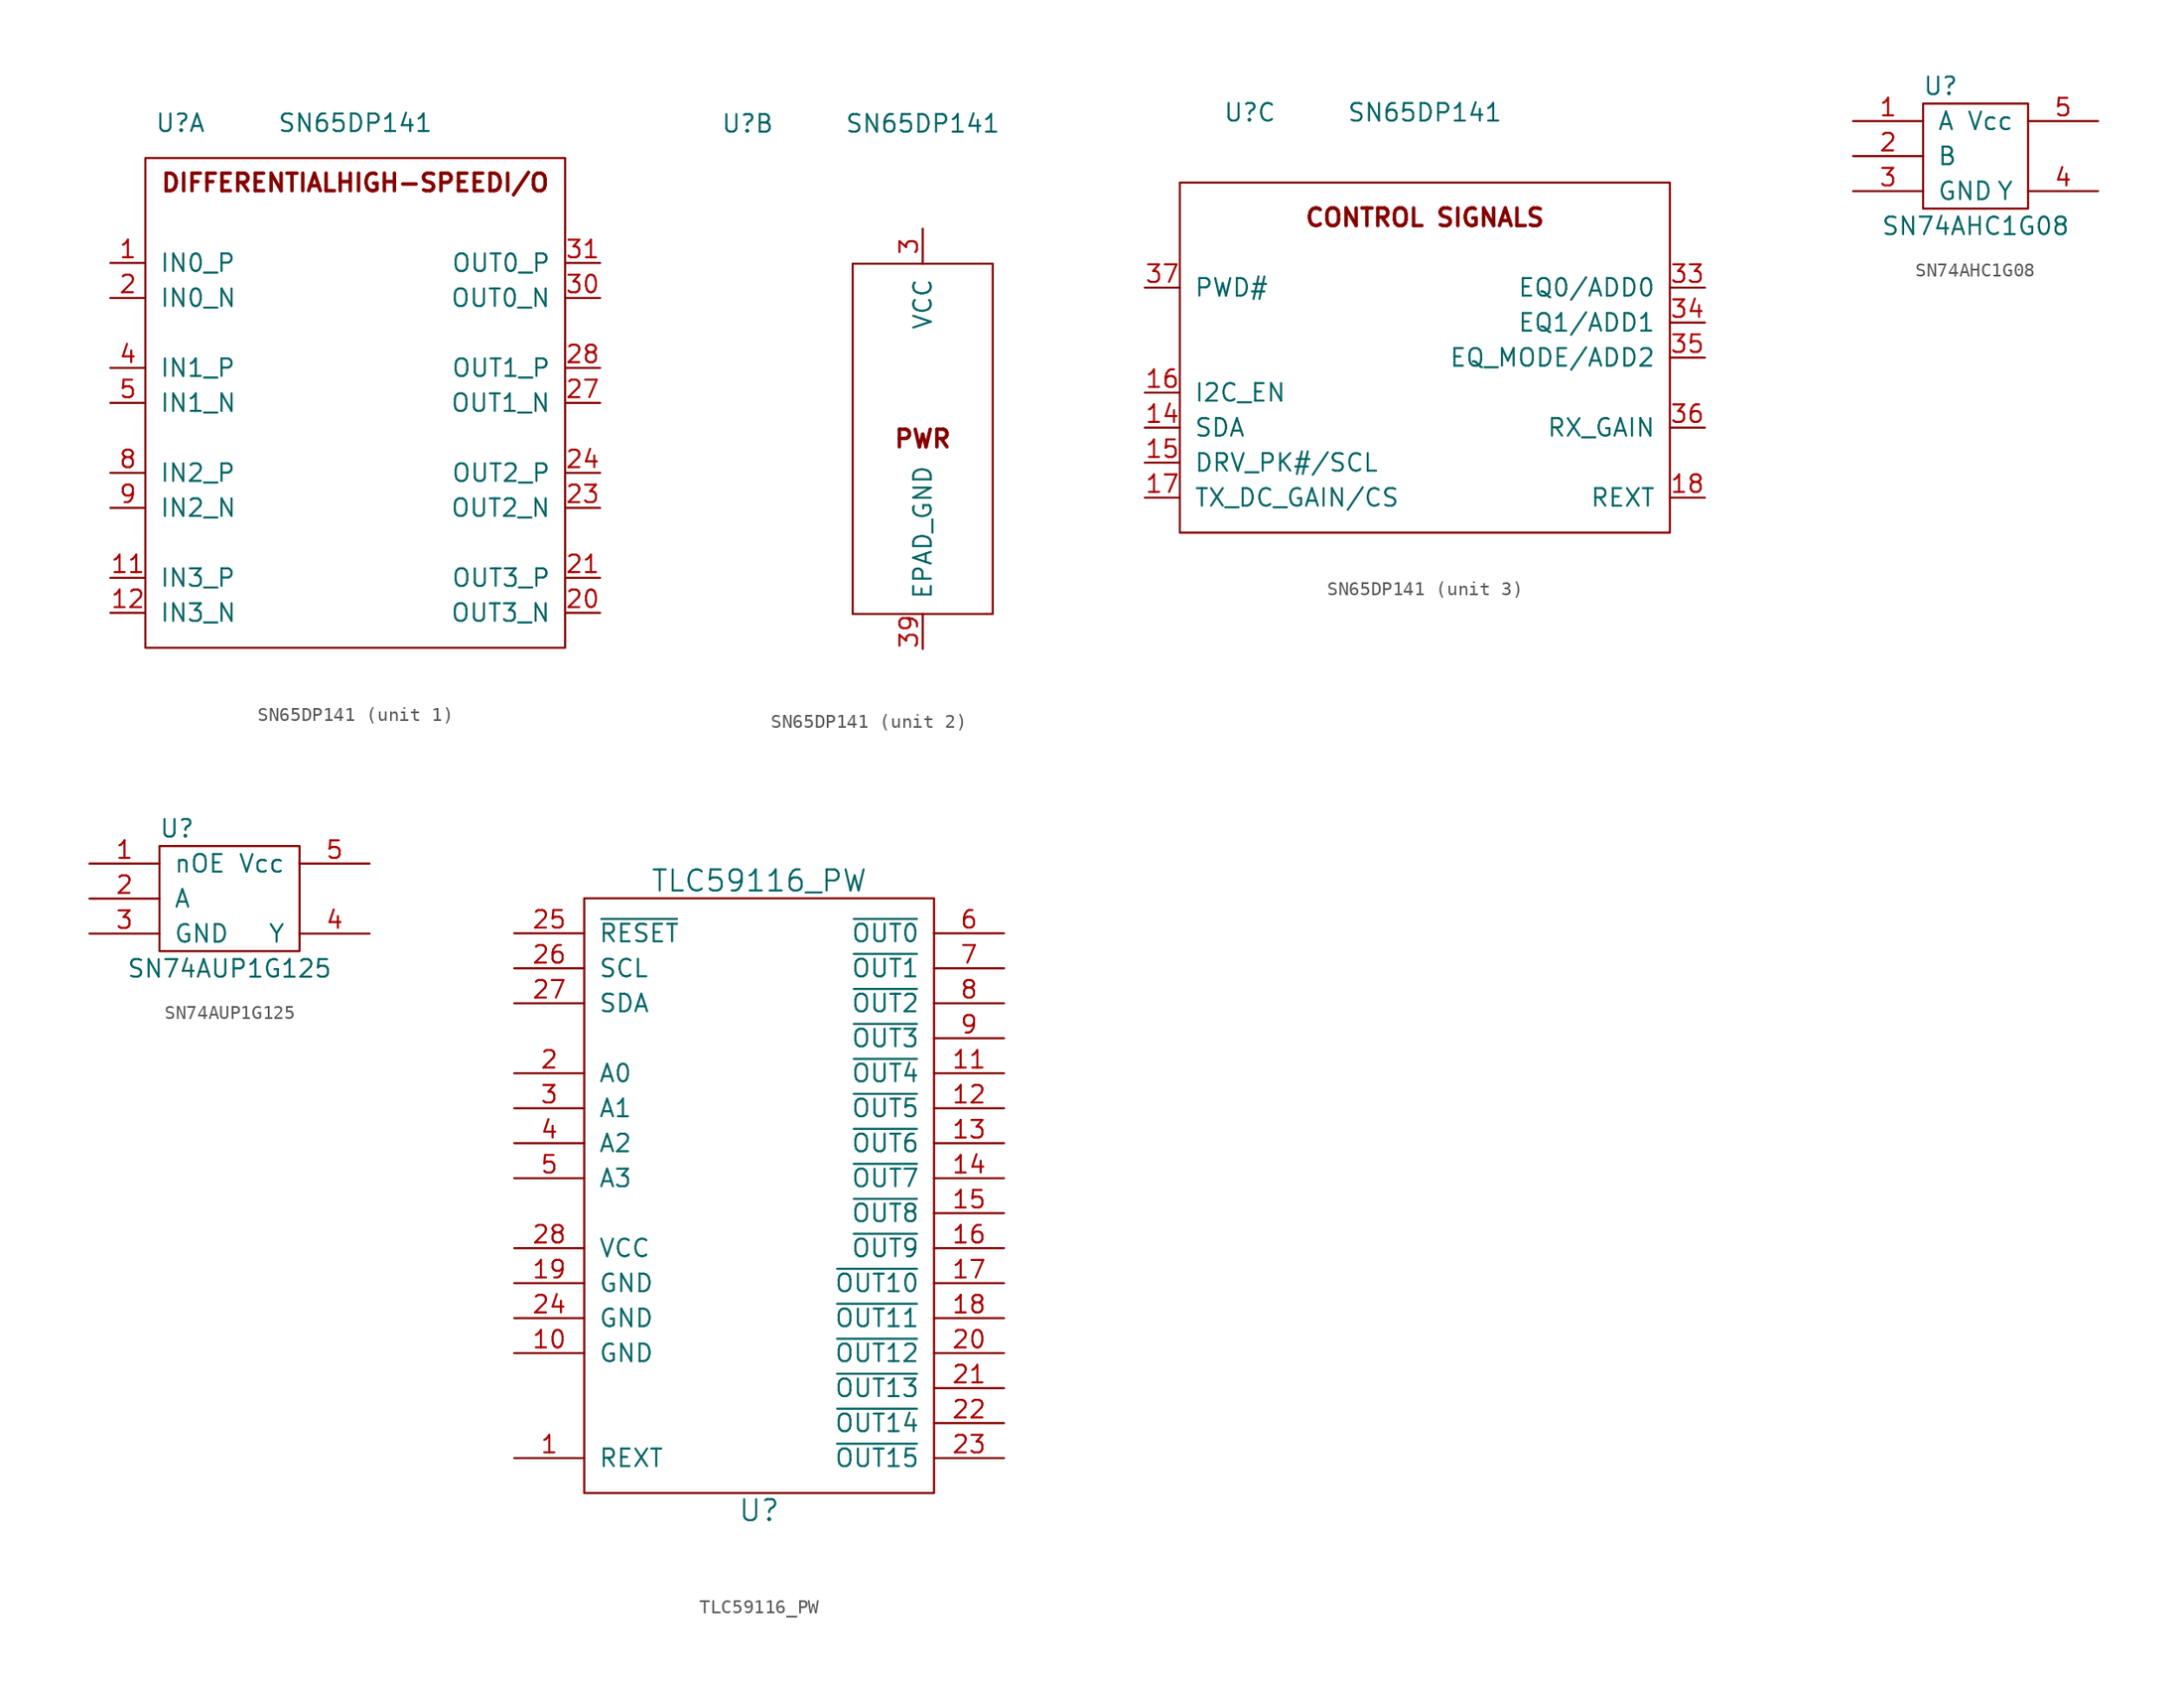
<source format=kicad_sym>
(kicad_symbol_lib
  (version 20211014)
  (generator kicad_symbol_editor)
  (symbol "SN65DP141"
    (pin_names
      (offset 1.016))
    (property "Reference" "U"
      (at -12.7 22.86 0)
      (effects (font (size 1.27 1.27))))
    (property "Value" "SN65DP141"
      (at 0 22.86 0)
      (effects (font (size 1.27 1.27))))
    (property "ki_locked" ""
      (at 0 0 0)
      (effects (font (size 1.27 1.27))))
    (symbol "SN65DP141_1_0"
      (pin unspecified line (at -17.78 12.7 0) (length 2.54) (name "IN0_P" (effects (font (size 1.27 1.27)))) (number "1" (effects (font (size 1.27 1.27)))))
      (pin unspecified line (at -17.78 -10.16 0) (length 2.54) (name "IN3_P" (effects (font (size 1.27 1.27)))) (number "11" (effects (font (size 1.27 1.27)))))
      (pin unspecified line (at -17.78 -12.7 0) (length 2.54) (name "IN3_N" (effects (font (size 1.27 1.27)))) (number "12" (effects (font (size 1.27 1.27)))))
      (pin unspecified line (at -17.78 10.16 0) (length 2.54) (name "IN0_N" (effects (font (size 1.27 1.27)))) (number "2" (effects (font (size 1.27 1.27)))))
      (pin unspecified line (at 17.78 -12.7 180) (length 2.54) (name "OUT3_N" (effects (font (size 1.27 1.27)))) (number "20" (effects (font (size 1.27 1.27)))))
      (pin unspecified line (at 17.78 -10.16 180) (length 2.54) (name "OUT3_P" (effects (font (size 1.27 1.27)))) (number "21" (effects (font (size 1.27 1.27)))))
      (pin unspecified line (at 17.78 -5.08 180) (length 2.54) (name "OUT2_N" (effects (font (size 1.27 1.27)))) (number "23" (effects (font (size 1.27 1.27)))))
      (pin unspecified line (at 17.78 -2.54 180) (length 2.54) (name "OUT2_P" (effects (font (size 1.27 1.27)))) (number "24" (effects (font (size 1.27 1.27)))))
      (pin unspecified line (at 17.78 2.54 180) (length 2.54) (name "OUT1_N" (effects (font (size 1.27 1.27)))) (number "27" (effects (font (size 1.27 1.27)))))
      (pin unspecified line (at 17.78 5.08 180) (length 2.54) (name "OUT1_P" (effects (font (size 1.27 1.27)))) (number "28" (effects (font (size 1.27 1.27)))))
      (pin unspecified line (at 17.78 10.16 180) (length 2.54) (name "OUT0_N" (effects (font (size 1.27 1.27)))) (number "30" (effects (font (size 1.27 1.27)))))
      (pin unspecified line (at 17.78 12.7 180) (length 2.54) (name "OUT0_P" (effects (font (size 1.27 1.27)))) (number "31" (effects (font (size 1.27 1.27)))))
      (pin unspecified line (at -17.78 5.08 0) (length 2.54) (name "IN1_P" (effects (font (size 1.27 1.27)))) (number "4" (effects (font (size 1.27 1.27)))))
      (pin unspecified line (at -17.78 2.54 0) (length 2.54) (name "IN1_N" (effects (font (size 1.27 1.27)))) (number "5" (effects (font (size 1.27 1.27)))))
      (pin unspecified line (at -17.78 -2.54 0) (length 2.54) (name "IN2_P" (effects (font (size 1.27 1.27)))) (number "8" (effects (font (size 1.27 1.27)))))
      (pin unspecified line (at -17.78 -5.08 0) (length 2.54) (name "IN2_N" (effects (font (size 1.27 1.27)))) (number "9" (effects (font (size 1.27 1.27))))))
    (symbol "SN65DP141_1_1"
      (rectangle (start -15.24 20.32) (end 15.24 -15.24) (stroke (width 0) (type default) (color 0 0 0 0)) (fill (type none)))
      (text "DIFFERENTIALHIGH-SPEEDI/O" (at 0 17.78 0) (effects (font (size 1.27 1.27) bold) (justify bottom))))
    (symbol "SN65DP141_2_0"
      (pin unspecified line (at 0 15.24 270) (length 2.54) hide (name "VCC" (effects (font (size 1.27 1.27)))) (number "10" (effects (font (size 1.27 1.27)))))
      (pin unspecified line (at 0 15.24 270) (length 2.54) hide (name "VCC" (effects (font (size 1.27 1.27)))) (number "13" (effects (font (size 1.27 1.27)))))
      (pin unspecified line (at 0 15.24 270) (length 2.54) hide (name "VCC" (effects (font (size 1.27 1.27)))) (number "19" (effects (font (size 1.27 1.27)))))
      (pin unspecified line (at 0 15.24 270) (length 2.54) hide (name "VCC" (effects (font (size 1.27 1.27)))) (number "22" (effects (font (size 1.27 1.27)))))
      (pin unspecified line (at 0 15.24 270) (length 2.54) hide (name "VCC" (effects (font (size 1.27 1.27)))) (number "25" (effects (font (size 1.27 1.27)))))
      (pin unspecified line (at 0 15.24 270) (length 2.54) hide (name "VCC" (effects (font (size 1.27 1.27)))) (number "26" (effects (font (size 1.27 1.27)))))
      (pin unspecified line (at 0 15.24 270) (length 2.54) hide (name "VCC" (effects (font (size 1.27 1.27)))) (number "29" (effects (font (size 1.27 1.27)))))
      (pin unspecified line (at 0 15.24 270) (length 2.54) (name "VCC" (effects (font (size 1.27 1.27)))) (number "3" (effects (font (size 1.27 1.27)))))
      (pin unspecified line (at 0 15.24 270) (length 2.54) hide (name "VCC" (effects (font (size 1.27 1.27)))) (number "32" (effects (font (size 1.27 1.27)))))
      (pin unspecified line (at 0 15.24 270) (length 2.54) hide (name "VCC" (effects (font (size 1.27 1.27)))) (number "38" (effects (font (size 1.27 1.27)))))
      (pin unspecified line (at 0 -15.24 90) (length 2.54) (name "EPAD_GND" (effects (font (size 1.27 1.27)))) (number "39" (effects (font (size 1.27 1.27)))))
      (pin unspecified line (at 0 15.24 270) (length 2.54) hide (name "VCC" (effects (font (size 1.27 1.27)))) (number "6" (effects (font (size 1.27 1.27)))))
      (pin unspecified line (at 0 15.24 270) (length 2.54) hide (name "VCC" (effects (font (size 1.27 1.27)))) (number "7" (effects (font (size 1.27 1.27))))))
    (symbol "SN65DP141_2_1"
      (rectangle (start -5.08 12.7) (end 5.08 -12.7) (stroke (width 0) (type default) (color 0 0 0 0)) (fill (type none)))
      (text "PWR" (at 0 0 0) (effects (font (size 1.27 1.27) bold))))
    (symbol "SN65DP141_3_0"
      (pin unspecified line (at -20.32 0 0) (length 2.54) (name "SDA" (effects (font (size 1.27 1.27)))) (number "14" (effects (font (size 1.27 1.27)))))
      (pin unspecified line (at -20.32 -2.54 0) (length 2.54) (name "DRV_PK#/SCL" (effects (font (size 1.27 1.27)))) (number "15" (effects (font (size 1.27 1.27)))))
      (pin unspecified line (at -20.32 2.54 0) (length 2.54) (name "I2C_EN" (effects (font (size 1.27 1.27)))) (number "16" (effects (font (size 1.27 1.27)))))
      (pin unspecified line (at -20.32 -5.08 0) (length 2.54) (name "TX_DC_GAIN/CS" (effects (font (size 1.27 1.27)))) (number "17" (effects (font (size 1.27 1.27)))))
      (pin unspecified line (at 20.32 -5.08 180) (length 2.54) (name "REXT" (effects (font (size 1.27 1.27)))) (number "18" (effects (font (size 1.27 1.27)))))
      (pin unspecified line (at 20.32 10.16 180) (length 2.54) (name "EQ0/ADD0" (effects (font (size 1.27 1.27)))) (number "33" (effects (font (size 1.27 1.27)))))
      (pin unspecified line (at 20.32 7.62 180) (length 2.54) (name "EQ1/ADD1" (effects (font (size 1.27 1.27)))) (number "34" (effects (font (size 1.27 1.27)))))
      (pin unspecified line (at 20.32 5.08 180) (length 2.54) (name "EQ_MODE/ADD2" (effects (font (size 1.27 1.27)))) (number "35" (effects (font (size 1.27 1.27)))))
      (pin unspecified line (at 20.32 0 180) (length 2.54) (name "RX_GAIN" (effects (font (size 1.27 1.27)))) (number "36" (effects (font (size 1.27 1.27)))))
      (pin unspecified line (at -20.32 10.16 0) (length 2.54) (name "PWD#" (effects (font (size 1.27 1.27)))) (number "37" (effects (font (size 1.27 1.27))))))
    (symbol "SN65DP141_3_1"
      (rectangle (start -17.78 17.78) (end 17.78 -7.62) (stroke (width 0) (type default) (color 0 0 0 0)) (fill (type none)))
      (text "CONTROL SIGNALS" (at 0 15.24 0) (effects (font (size 1.27 1.27) bold)))))
  (symbol "SN74AHC1G08"
    (pin_names
      (offset 1.016))
    (property "Reference" "U"
      (at -2.54 5.08 0)
      (effects (font (size 1.27 1.27))))
    (property "Value" "SN74AHC1G08"
      (at 0 -5.08 0)
      (effects (font (size 1.27 1.27))))
    (symbol "SN74AHC1G08_0_1"
      (rectangle (start -3.81 3.81) (end 3.81 -3.81) (stroke (width 0) (type default) (color 0 0 0 0)) (fill (type none))))
    (symbol "SN74AHC1G08_1_1"
      (pin input line (at -8.89 2.54 0) (length 5.08) (name "A" (effects (font (size 1.27 1.27)))) (number "1" (effects (font (size 1.27 1.27)))))
      (pin input line (at -8.89 0 0) (length 5.08) (name "B" (effects (font (size 1.27 1.27)))) (number "2" (effects (font (size 1.27 1.27)))))
      (pin power_in line (at -8.89 -2.54 0) (length 5.08) (name "GND" (effects (font (size 1.27 1.27)))) (number "3" (effects (font (size 1.27 1.27)))))
      (pin output line (at 8.89 -2.54 180) (length 5.08) (name "Y" (effects (font (size 1.27 1.27)))) (number "4" (effects (font (size 1.27 1.27)))))
      (pin power_in line (at 8.89 2.54 180) (length 5.08) (name "Vcc" (effects (font (size 1.27 1.27)))) (number "5" (effects (font (size 1.27 1.27)))))))
  (symbol "SN74AUP1G125"
    (pin_names
      (offset 1.016))
    (property "Reference" "U"
      (at -3.81 5.08 0)
      (effects (font (size 1.27 1.27))))
    (property "Value" "SN74AUP1G125"
      (at 0 -5.08 0)
      (effects (font (size 1.27 1.27))))
    (symbol "SN74AUP1G125_0_1"
      (rectangle (start -5.08 3.81) (end 5.08 -3.81) (stroke (width 0) (type default) (color 0 0 0 0)) (fill (type none))))
    (symbol "SN74AUP1G125_1_1"
      (pin input line (at -10.16 2.54 0) (length 5.08) (name "nOE" (effects (font (size 1.27 1.27)))) (number "1" (effects (font (size 1.27 1.27)))))
      (pin input line (at -10.16 0 0) (length 5.08) (name "A" (effects (font (size 1.27 1.27)))) (number "2" (effects (font (size 1.27 1.27)))))
      (pin power_in line (at -10.16 -2.54 0) (length 5.08) (name "GND" (effects (font (size 1.27 1.27)))) (number "3" (effects (font (size 1.27 1.27)))))
      (pin output line (at 10.16 -2.54 180) (length 5.08) (name "Y" (effects (font (size 1.27 1.27)))) (number "4" (effects (font (size 1.27 1.27)))))
      (pin power_in line (at 10.16 2.54 180) (length 5.08) (name "Vcc" (effects (font (size 1.27 1.27)))) (number "5" (effects (font (size 1.27 1.27)))))))
  (symbol "TLC59116_PW"
    (pin_names
      (offset 1.016))
    (property "Reference" "U"
      (at 0 -21.59 0)
      (effects (font (size 1.524 1.524))))
    (property "Value" "TLC59116_PW"
      (at 0 24.13 0)
      (effects (font (size 1.524 1.524))))
    (symbol "TLC59116_PW_0_1"
      (rectangle (start -12.7 22.86) (end 12.7 -20.32) (stroke (width 0) (type default) (color 0 0 0 0)) (fill (type none))))
    (symbol "TLC59116_PW_1_1"
      (pin input line (at -17.78 -17.78 0) (length 5.08) (name "REXT" (effects (font (size 1.27 1.27)))) (number "1" (effects (font (size 1.27 1.27)))))
      (pin input line (at -17.78 -10.16 0) (length 5.08) (name "GND" (effects (font (size 1.27 1.27)))) (number "10" (effects (font (size 1.27 1.27)))))
      (pin input line (at 17.78 10.16 180) (length 5.08) (name "~{OUT4}" (effects (font (size 1.27 1.27)))) (number "11" (effects (font (size 1.27 1.27)))))
      (pin input line (at 17.78 7.62 180) (length 5.08) (name "~{OUT5}" (effects (font (size 1.27 1.27)))) (number "12" (effects (font (size 1.27 1.27)))))
      (pin input line (at 17.78 5.08 180) (length 5.08) (name "~{OUT6}" (effects (font (size 1.27 1.27)))) (number "13" (effects (font (size 1.27 1.27)))))
      (pin input line (at 17.78 2.54 180) (length 5.08) (name "~{OUT7}" (effects (font (size 1.27 1.27)))) (number "14" (effects (font (size 1.27 1.27)))))
      (pin input line (at 17.78 0 180) (length 5.08) (name "~{OUT8}" (effects (font (size 1.27 1.27)))) (number "15" (effects (font (size 1.27 1.27)))))
      (pin input line (at 17.78 -2.54 180) (length 5.08) (name "~{OUT9}" (effects (font (size 1.27 1.27)))) (number "16" (effects (font (size 1.27 1.27)))))
      (pin input line (at 17.78 -5.08 180) (length 5.08) (name "~{OUT10}" (effects (font (size 1.27 1.27)))) (number "17" (effects (font (size 1.27 1.27)))))
      (pin input line (at 17.78 -7.62 180) (length 5.08) (name "~{OUT11}" (effects (font (size 1.27 1.27)))) (number "18" (effects (font (size 1.27 1.27)))))
      (pin input line (at -17.78 -5.08 0) (length 5.08) (name "GND" (effects (font (size 1.27 1.27)))) (number "19" (effects (font (size 1.27 1.27)))))
      (pin input line (at -17.78 10.16 0) (length 5.08) (name "A0" (effects (font (size 1.27 1.27)))) (number "2" (effects (font (size 1.27 1.27)))))
      (pin input line (at 17.78 -10.16 180) (length 5.08) (name "~{OUT12}" (effects (font (size 1.27 1.27)))) (number "20" (effects (font (size 1.27 1.27)))))
      (pin input line (at 17.78 -12.7 180) (length 5.08) (name "~{OUT13}" (effects (font (size 1.27 1.27)))) (number "21" (effects (font (size 1.27 1.27)))))
      (pin input line (at 17.78 -15.24 180) (length 5.08) (name "~{OUT14}" (effects (font (size 1.27 1.27)))) (number "22" (effects (font (size 1.27 1.27)))))
      (pin input line (at 17.78 -17.78 180) (length 5.08) (name "~{OUT15}" (effects (font (size 1.27 1.27)))) (number "23" (effects (font (size 1.27 1.27)))))
      (pin input line (at -17.78 -7.62 0) (length 5.08) (name "GND" (effects (font (size 1.27 1.27)))) (number "24" (effects (font (size 1.27 1.27)))))
      (pin input line (at -17.78 20.32 0) (length 5.08) (name "~{RESET}" (effects (font (size 1.27 1.27)))) (number "25" (effects (font (size 1.27 1.27)))))
      (pin input line (at -17.78 17.78 0) (length 5.08) (name "SCL" (effects (font (size 1.27 1.27)))) (number "26" (effects (font (size 1.27 1.27)))))
      (pin input line (at -17.78 15.24 0) (length 5.08) (name "SDA" (effects (font (size 1.27 1.27)))) (number "27" (effects (font (size 1.27 1.27)))))
      (pin input line (at -17.78 -2.54 0) (length 5.08) (name "VCC" (effects (font (size 1.27 1.27)))) (number "28" (effects (font (size 1.27 1.27)))))
      (pin input line (at -17.78 7.62 0) (length 5.08) (name "A1" (effects (font (size 1.27 1.27)))) (number "3" (effects (font (size 1.27 1.27)))))
      (pin input line (at -17.78 5.08 0) (length 5.08) (name "A2" (effects (font (size 1.27 1.27)))) (number "4" (effects (font (size 1.27 1.27)))))
      (pin input line (at -17.78 2.54 0) (length 5.08) (name "A3" (effects (font (size 1.27 1.27)))) (number "5" (effects (font (size 1.27 1.27)))))
      (pin input line (at 17.78 20.32 180) (length 5.08) (name "~{OUT0}" (effects (font (size 1.27 1.27)))) (number "6" (effects (font (size 1.27 1.27)))))
      (pin input line (at 17.78 17.78 180) (length 5.08) (name "~{OUT1}" (effects (font (size 1.27 1.27)))) (number "7" (effects (font (size 1.27 1.27)))))
      (pin input line (at 17.78 15.24 180) (length 5.08) (name "~{OUT2}" (effects (font (size 1.27 1.27)))) (number "8" (effects (font (size 1.27 1.27)))))
      (pin input line (at 17.78 12.7 180) (length 5.08) (name "~{OUT3}" (effects (font (size 1.27 1.27)))) (number "9" (effects (font (size 1.27 1.27))))))))
</source>
